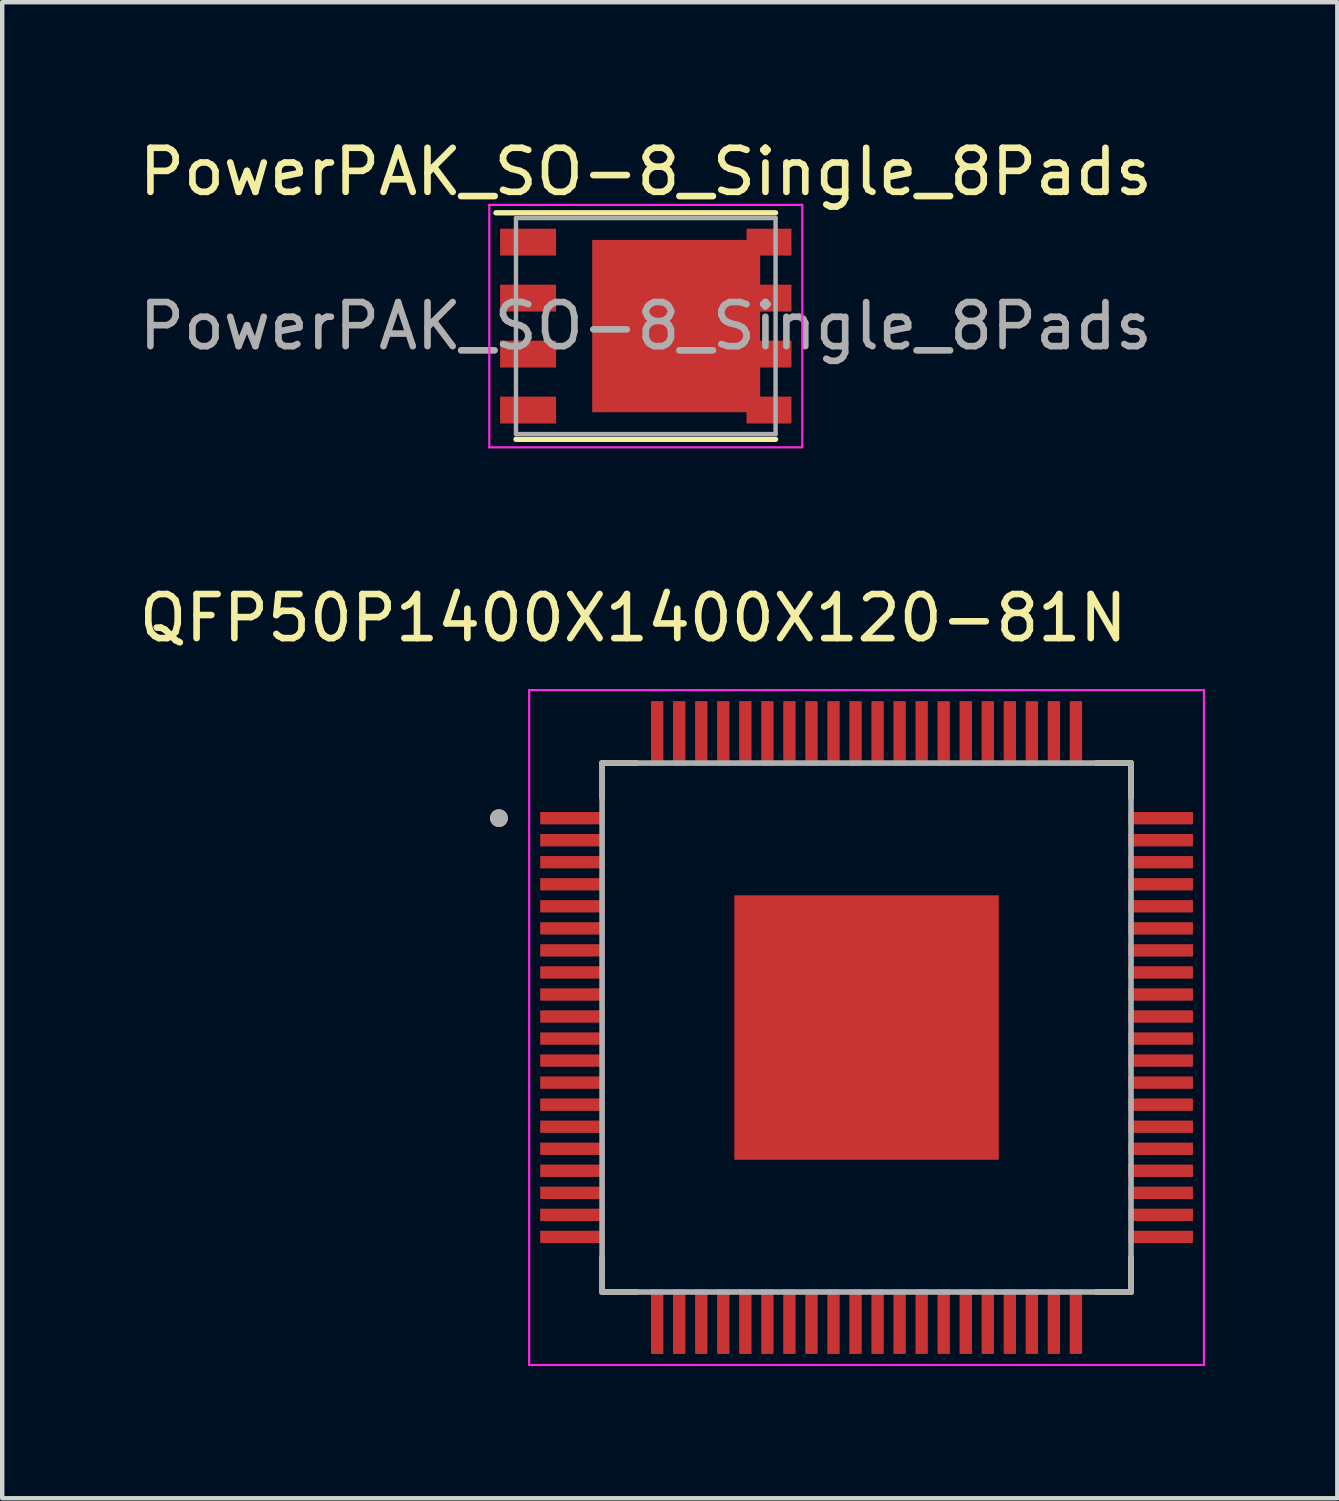
<source format=kicad_pcb>
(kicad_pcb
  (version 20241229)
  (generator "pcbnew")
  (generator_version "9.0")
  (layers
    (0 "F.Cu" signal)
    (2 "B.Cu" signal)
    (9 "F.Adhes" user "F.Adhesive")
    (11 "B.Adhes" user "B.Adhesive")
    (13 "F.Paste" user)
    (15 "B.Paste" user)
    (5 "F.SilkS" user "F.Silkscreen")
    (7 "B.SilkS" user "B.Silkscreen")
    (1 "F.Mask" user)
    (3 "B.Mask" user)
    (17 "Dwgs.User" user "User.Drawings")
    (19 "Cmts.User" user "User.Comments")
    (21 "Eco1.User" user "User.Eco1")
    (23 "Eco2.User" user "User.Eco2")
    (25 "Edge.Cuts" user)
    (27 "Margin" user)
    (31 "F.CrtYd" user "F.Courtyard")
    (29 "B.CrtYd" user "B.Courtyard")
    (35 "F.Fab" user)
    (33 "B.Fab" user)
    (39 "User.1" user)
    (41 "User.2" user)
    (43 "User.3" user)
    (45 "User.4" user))
  (footprint "QFP50P1400X1400X120-81N"
    (layer "F.Cu")
    (at 16.61 20.262)
    (property "Reference" "QFP50P1400X1400X120-81N" (at -5.295 -9.29 0) (layer "F.SilkS") (effects (font (size 1 1) (thickness 0.15))))
    (attr through_hole)
    (fp_line (start -6 -6) (end -6 -5.21) (stroke (width 0.127) (type solid)) (layer "F.SilkS"))
    (fp_line (start -6 -6) (end -5.21 -6) (stroke (width 0.127) (type solid)) (layer "F.SilkS"))
    (fp_line (start -6 6) (end -6 5.21) (stroke (width 0.127) (type solid)) (layer "F.SilkS"))
    (fp_line (start -6 6) (end -5.21 6) (stroke (width 0.127) (type solid)) (layer "F.SilkS"))
    (fp_line (start 6 -6) (end 5.21 -6) (stroke (width 0.127) (type solid)) (layer "F.SilkS"))
    (fp_line (start 6 -6) (end 6 -5.21) (stroke (width 0.127) (type solid)) (layer "F.SilkS"))
    (fp_line (start 6 6) (end 5.21 6) (stroke (width 0.127) (type solid)) (layer "F.SilkS"))
    (fp_line (start 6 6) (end 6 5.21) (stroke (width 0.127) (type solid)) (layer "F.SilkS"))
    (fp_circle (center -8.34 -4.75) (end -8.24 -4.75) (stroke (width 0.2) (type solid)) (fill no) (layer "F.SilkS"))
    (fp_poly (pts (xy -2.45 -2.45) (xy -0.55 -2.45) (xy -0.55 -0.55) (xy -2.45 -0.55)) (stroke (width 0.01) (type solid)) (fill yes) (layer "F.Paste"))
    (fp_poly (pts (xy -2.45 0.55) (xy -0.55 0.55) (xy -0.55 2.45) (xy -2.45 2.45)) (stroke (width 0.01) (type solid)) (fill yes) (layer "F.Paste"))
    (fp_poly (pts (xy 0.55 -2.45) (xy 2.45 -2.45) (xy 2.45 -0.55) (xy 0.55 -0.55)) (stroke (width 0.01) (type solid)) (fill yes) (layer "F.Paste"))
    (fp_poly (pts (xy 0.55 0.55) (xy 2.45 0.55) (xy 2.45 2.45) (xy 0.55 2.45)) (stroke (width 0.01) (type solid)) (fill yes) (layer "F.Paste"))
    (fp_line (start -7.655 -7.655) (end 7.655 -7.655) (stroke (width 0.05) (type solid)) (layer "F.CrtYd"))
    (fp_line (start -7.655 7.655) (end -7.655 -7.655) (stroke (width 0.05) (type solid)) (layer "F.CrtYd"))
    (fp_line (start -7.655 7.655) (end 7.655 7.655) (stroke (width 0.05) (type solid)) (layer "F.CrtYd"))
    (fp_line (start 7.655 7.655) (end 7.655 -7.655) (stroke (width 0.05) (type solid)) (layer "F.CrtYd"))
    (fp_line (start -6 6) (end -6 -6) (stroke (width 0.127) (type solid)) (layer "F.Fab"))
    (fp_line (start 6 -6) (end -6 -6) (stroke (width 0.127) (type solid)) (layer "F.Fab"))
    (fp_line (start 6 6) (end -6 6) (stroke (width 0.127) (type solid)) (layer "F.Fab"))
    (fp_line (start 6 6) (end 6 -6) (stroke (width 0.127) (type solid)) (layer "F.Fab"))
    (fp_circle (center -8.34 -4.75) (end -8.24 -4.75) (stroke (width 0.2) (type solid)) (fill no) (layer "F.Fab"))
    (pad "1" smd roundrect (at -6.67 -4.75) (size 1.47 0.28) (layers "F.Cu" "F.Mask" "F.Paste") (roundrect_rratio 0.04))
    (pad "2" smd roundrect (at -6.67 -4.25) (size 1.47 0.28) (layers "F.Cu" "F.Mask" "F.Paste") (roundrect_rratio 0.04))
    (pad "3" smd roundrect (at -6.67 -3.75) (size 1.47 0.28) (layers "F.Cu" "F.Mask" "F.Paste") (roundrect_rratio 0.04))
    (pad "4" smd roundrect (at -6.67 -3.25) (size 1.47 0.28) (layers "F.Cu" "F.Mask" "F.Paste") (roundrect_rratio 0.04))
    (pad "5" smd roundrect (at -6.67 -2.75) (size 1.47 0.28) (layers "F.Cu" "F.Mask" "F.Paste") (roundrect_rratio 0.04))
    (pad "6" smd roundrect (at -6.67 -2.25) (size 1.47 0.28) (layers "F.Cu" "F.Mask" "F.Paste") (roundrect_rratio 0.04))
    (pad "7" smd roundrect (at -6.67 -1.75) (size 1.47 0.28) (layers "F.Cu" "F.Mask" "F.Paste") (roundrect_rratio 0.04))
    (pad "8" smd roundrect (at -6.67 -1.25) (size 1.47 0.28) (layers "F.Cu" "F.Mask" "F.Paste") (roundrect_rratio 0.04))
    (pad "9" smd roundrect (at -6.67 -0.75) (size 1.47 0.28) (layers "F.Cu" "F.Mask" "F.Paste") (roundrect_rratio 0.04))
    (pad "10" smd roundrect (at -6.67 -0.25) (size 1.47 0.28) (layers "F.Cu" "F.Mask" "F.Paste") (roundrect_rratio 0.04))
    (pad "11" smd roundrect (at -6.67 0.25) (size 1.47 0.28) (layers "F.Cu" "F.Mask" "F.Paste") (roundrect_rratio 0.04))
    (pad "12" smd roundrect (at -6.67 0.75) (size 1.47 0.28) (layers "F.Cu" "F.Mask" "F.Paste") (roundrect_rratio 0.04))
    (pad "13" smd roundrect (at -6.67 1.25) (size 1.47 0.28) (layers "F.Cu" "F.Mask" "F.Paste") (roundrect_rratio 0.04))
    (pad "14" smd roundrect (at -6.67 1.75) (size 1.47 0.28) (layers "F.Cu" "F.Mask" "F.Paste") (roundrect_rratio 0.04))
    (pad "15" smd roundrect (at -6.67 2.25) (size 1.47 0.28) (layers "F.Cu" "F.Mask" "F.Paste") (roundrect_rratio 0.04))
    (pad "16" smd roundrect (at -6.67 2.75) (size 1.47 0.28) (layers "F.Cu" "F.Mask" "F.Paste") (roundrect_rratio 0.04))
    (pad "17" smd roundrect (at -6.67 3.25) (size 1.47 0.28) (layers "F.Cu" "F.Mask" "F.Paste") (roundrect_rratio 0.04))
    (pad "18" smd roundrect (at -6.67 3.75) (size 1.47 0.28) (layers "F.Cu" "F.Mask" "F.Paste") (roundrect_rratio 0.04))
    (pad "19" smd roundrect (at -6.67 4.25) (size 1.47 0.28) (layers "F.Cu" "F.Mask" "F.Paste") (roundrect_rratio 0.04))
    (pad "20" smd roundrect (at -6.67 4.75) (size 1.47 0.28) (layers "F.Cu" "F.Mask" "F.Paste") (roundrect_rratio 0.04))
    (pad "21" smd roundrect (at -4.75 6.67 90) (size 1.47 0.28) (layers "F.Cu" "F.Mask" "F.Paste") (roundrect_rratio 0.04))
    (pad "22" smd roundrect (at -4.25 6.67 90) (size 1.47 0.28) (layers "F.Cu" "F.Mask" "F.Paste") (roundrect_rratio 0.04))
    (pad "23" smd roundrect (at -3.75 6.67 90) (size 1.47 0.28) (layers "F.Cu" "F.Mask" "F.Paste") (roundrect_rratio 0.04))
    (pad "24" smd roundrect (at -3.25 6.67 90) (size 1.47 0.28) (layers "F.Cu" "F.Mask" "F.Paste") (roundrect_rratio 0.04))
    (pad "25" smd roundrect (at -2.75 6.67 90) (size 1.47 0.28) (layers "F.Cu" "F.Mask" "F.Paste") (roundrect_rratio 0.04))
    (pad "26" smd roundrect (at -2.25 6.67 90) (size 1.47 0.28) (layers "F.Cu" "F.Mask" "F.Paste") (roundrect_rratio 0.04))
    (pad "27" smd roundrect (at -1.75 6.67 90) (size 1.47 0.28) (layers "F.Cu" "F.Mask" "F.Paste") (roundrect_rratio 0.04))
    (pad "28" smd roundrect (at -1.25 6.67 90) (size 1.47 0.28) (layers "F.Cu" "F.Mask" "F.Paste") (roundrect_rratio 0.04))
    (pad "29" smd roundrect (at -0.75 6.67 90) (size 1.47 0.28) (layers "F.Cu" "F.Mask" "F.Paste") (roundrect_rratio 0.04))
    (pad "30" smd roundrect (at -0.25 6.67 90) (size 1.47 0.28) (layers "F.Cu" "F.Mask" "F.Paste") (roundrect_rratio 0.04))
    (pad "31" smd roundrect (at 0.25 6.67 90) (size 1.47 0.28) (layers "F.Cu" "F.Mask" "F.Paste") (roundrect_rratio 0.04))
    (pad "32" smd roundrect (at 0.75 6.67 90) (size 1.47 0.28) (layers "F.Cu" "F.Mask" "F.Paste") (roundrect_rratio 0.04))
    (pad "33" smd roundrect (at 1.25 6.67 90) (size 1.47 0.28) (layers "F.Cu" "F.Mask" "F.Paste") (roundrect_rratio 0.04))
    (pad "34" smd roundrect (at 1.75 6.67 90) (size 1.47 0.28) (layers "F.Cu" "F.Mask" "F.Paste") (roundrect_rratio 0.04))
    (pad "35" smd roundrect (at 2.25 6.67 90) (size 1.47 0.28) (layers "F.Cu" "F.Mask" "F.Paste") (roundrect_rratio 0.04))
    (pad "36" smd roundrect (at 2.75 6.67 90) (size 1.47 0.28) (layers "F.Cu" "F.Mask" "F.Paste") (roundrect_rratio 0.04))
    (pad "37" smd roundrect (at 3.25 6.67 90) (size 1.47 0.28) (layers "F.Cu" "F.Mask" "F.Paste") (roundrect_rratio 0.04))
    (pad "38" smd roundrect (at 3.75 6.67 90) (size 1.47 0.28) (layers "F.Cu" "F.Mask" "F.Paste") (roundrect_rratio 0.04))
    (pad "39" smd roundrect (at 4.25 6.67 90) (size 1.47 0.28) (layers "F.Cu" "F.Mask" "F.Paste") (roundrect_rratio 0.04))
    (pad "40" smd roundrect (at 4.75 6.67 90) (size 1.47 0.28) (layers "F.Cu" "F.Mask" "F.Paste") (roundrect_rratio 0.04))
    (pad "41" smd roundrect (at 6.67 4.75) (size 1.47 0.28) (layers "F.Cu" "F.Mask" "F.Paste") (roundrect_rratio 0.04))
    (pad "42" smd roundrect (at 6.67 4.25) (size 1.47 0.28) (layers "F.Cu" "F.Mask" "F.Paste") (roundrect_rratio 0.04))
    (pad "43" smd roundrect (at 6.67 3.75) (size 1.47 0.28) (layers "F.Cu" "F.Mask" "F.Paste") (roundrect_rratio 0.04))
    (pad "44" smd roundrect (at 6.67 3.25) (size 1.47 0.28) (layers "F.Cu" "F.Mask" "F.Paste") (roundrect_rratio 0.04))
    (pad "45" smd roundrect (at 6.67 2.75) (size 1.47 0.28) (layers "F.Cu" "F.Mask" "F.Paste") (roundrect_rratio 0.04))
    (pad "46" smd roundrect (at 6.67 2.25) (size 1.47 0.28) (layers "F.Cu" "F.Mask" "F.Paste") (roundrect_rratio 0.04))
    (pad "47" smd roundrect (at 6.67 1.75) (size 1.47 0.28) (layers "F.Cu" "F.Mask" "F.Paste") (roundrect_rratio 0.04))
    (pad "48" smd roundrect (at 6.67 1.25) (size 1.47 0.28) (layers "F.Cu" "F.Mask" "F.Paste") (roundrect_rratio 0.04))
    (pad "49" smd roundrect (at 6.67 0.75) (size 1.47 0.28) (layers "F.Cu" "F.Mask" "F.Paste") (roundrect_rratio 0.04))
    (pad "50" smd roundrect (at 6.67 0.25) (size 1.47 0.28) (layers "F.Cu" "F.Mask" "F.Paste") (roundrect_rratio 0.04))
    (pad "51" smd roundrect (at 6.67 -0.25) (size 1.47 0.28) (layers "F.Cu" "F.Mask" "F.Paste") (roundrect_rratio 0.04))
    (pad "52" smd roundrect (at 6.67 -0.75) (size 1.47 0.28) (layers "F.Cu" "F.Mask" "F.Paste") (roundrect_rratio 0.04))
    (pad "53" smd roundrect (at 6.67 -1.25) (size 1.47 0.28) (layers "F.Cu" "F.Mask" "F.Paste") (roundrect_rratio 0.04))
    (pad "54" smd roundrect (at 6.67 -1.75) (size 1.47 0.28) (layers "F.Cu" "F.Mask" "F.Paste") (roundrect_rratio 0.04))
    (pad "55" smd roundrect (at 6.67 -2.25) (size 1.47 0.28) (layers "F.Cu" "F.Mask" "F.Paste") (roundrect_rratio 0.04))
    (pad "56" smd roundrect (at 6.67 -2.75) (size 1.47 0.28) (layers "F.Cu" "F.Mask" "F.Paste") (roundrect_rratio 0.04))
    (pad "57" smd roundrect (at 6.67 -3.25) (size 1.47 0.28) (layers "F.Cu" "F.Mask" "F.Paste") (roundrect_rratio 0.04))
    (pad "58" smd roundrect (at 6.67 -3.75) (size 1.47 0.28) (layers "F.Cu" "F.Mask" "F.Paste") (roundrect_rratio 0.04))
    (pad "59" smd roundrect (at 6.67 -4.25) (size 1.47 0.28) (layers "F.Cu" "F.Mask" "F.Paste") (roundrect_rratio 0.04))
    (pad "60" smd roundrect (at 6.67 -4.75) (size 1.47 0.28) (layers "F.Cu" "F.Mask" "F.Paste") (roundrect_rratio 0.04))
    (pad "61" smd roundrect (at 4.75 -6.67 90) (size 1.47 0.28) (layers "F.Cu" "F.Mask" "F.Paste") (roundrect_rratio 0.04))
    (pad "62" smd roundrect (at 4.25 -6.67 90) (size 1.47 0.28) (layers "F.Cu" "F.Mask" "F.Paste") (roundrect_rratio 0.04))
    (pad "63" smd roundrect (at 3.75 -6.67 90) (size 1.47 0.28) (layers "F.Cu" "F.Mask" "F.Paste") (roundrect_rratio 0.04))
    (pad "64" smd roundrect (at 3.25 -6.67 90) (size 1.47 0.28) (layers "F.Cu" "F.Mask" "F.Paste") (roundrect_rratio 0.04))
    (pad "65" smd roundrect (at 2.75 -6.67 90) (size 1.47 0.28) (layers "F.Cu" "F.Mask" "F.Paste") (roundrect_rratio 0.04))
    (pad "66" smd roundrect (at 2.25 -6.67 90) (size 1.47 0.28) (layers "F.Cu" "F.Mask" "F.Paste") (roundrect_rratio 0.04))
    (pad "67" smd roundrect (at 1.75 -6.67 90) (size 1.47 0.28) (layers "F.Cu" "F.Mask" "F.Paste") (roundrect_rratio 0.04))
    (pad "68" smd roundrect (at 1.25 -6.67 90) (size 1.47 0.28) (layers "F.Cu" "F.Mask" "F.Paste") (roundrect_rratio 0.04))
    (pad "69" smd roundrect (at 0.75 -6.67 90) (size 1.47 0.28) (layers "F.Cu" "F.Mask" "F.Paste") (roundrect_rratio 0.04))
    (pad "70" smd roundrect (at 0.25 -6.67 90) (size 1.47 0.28) (layers "F.Cu" "F.Mask" "F.Paste") (roundrect_rratio 0.04))
    (pad "71" smd roundrect (at -0.25 -6.67 90) (size 1.47 0.28) (layers "F.Cu" "F.Mask" "F.Paste") (roundrect_rratio 0.04))
    (pad "72" smd roundrect (at -0.75 -6.67 90) (size 1.47 0.28) (layers "F.Cu" "F.Mask" "F.Paste") (roundrect_rratio 0.04))
    (pad "73" smd roundrect (at -1.25 -6.67 90) (size 1.47 0.28) (layers "F.Cu" "F.Mask" "F.Paste") (roundrect_rratio 0.04))
    (pad "74" smd roundrect (at -1.75 -6.67 90) (size 1.47 0.28) (layers "F.Cu" "F.Mask" "F.Paste") (roundrect_rratio 0.04))
    (pad "75" smd roundrect (at -2.25 -6.67 90) (size 1.47 0.28) (layers "F.Cu" "F.Mask" "F.Paste") (roundrect_rratio 0.04))
    (pad "76" smd roundrect (at -2.75 -6.67 90) (size 1.47 0.28) (layers "F.Cu" "F.Mask" "F.Paste") (roundrect_rratio 0.04))
    (pad "77" smd roundrect (at -3.25 -6.67 90) (size 1.47 0.28) (layers "F.Cu" "F.Mask" "F.Paste") (roundrect_rratio 0.04))
    (pad "78" smd roundrect (at -3.75 -6.67 90) (size 1.47 0.28) (layers "F.Cu" "F.Mask" "F.Paste") (roundrect_rratio 0.04))
    (pad "79" smd roundrect (at -4.25 -6.67 90) (size 1.47 0.28) (layers "F.Cu" "F.Mask" "F.Paste") (roundrect_rratio 0.04))
    (pad "80" smd roundrect (at -4.75 -6.67 90) (size 1.47 0.28) (layers "F.Cu" "F.Mask" "F.Paste") (roundrect_rratio 0.04))
    (pad "81" smd rect (at 0 0) (size 6 6) (layers "F.Cu" "F.Mask")))
  (footprint "PowerPAK_SO-8_Single_8Pads"
    (layer "F.Cu")
    (at 11.601 4.348)
    (property "Reference" "PowerPAK_SO-8_Single_8Pads" (at 0 -3.5 0) (layer "F.SilkS") (effects (font (size 1 1) (thickness 0.15))))
    (attr smd)
    (fp_line (start -3.4 -2.57) (end 2.945 -2.57) (stroke (width 0.12) (type solid)) (layer "F.SilkS"))
    (fp_line (start -2.945 2.57) (end 2.945 2.57) (stroke (width 0.12) (type solid)) (layer "F.SilkS"))
    (fp_line (start -3.55 -2.75) (end -3.55 2.75) (stroke (width 0.05) (type solid)) (layer "F.CrtYd"))
    (fp_line (start -3.55 -2.75) (end 3.55 -2.75) (stroke (width 0.05) (type solid)) (layer "F.CrtYd"))
    (fp_line (start -3.55 2.75) (end 3.55 2.75) (stroke (width 0.05) (type solid)) (layer "F.CrtYd"))
    (fp_line (start 3.55 -2.75) (end 3.55 2.75) (stroke (width 0.05) (type solid)) (layer "F.CrtYd"))
    (fp_line (start -2.945 -2.45) (end 2.945 -2.45) (stroke (width 0.1) (type solid)) (layer "F.Fab"))
    (fp_line (start -2.945 2.45) (end -2.945 -2.45) (stroke (width 0.1) (type solid)) (layer "F.Fab"))
    (fp_line (start 2.945 -2.45) (end 2.945 2.45) (stroke (width 0.1) (type solid)) (layer "F.Fab"))
    (fp_line (start 2.945 2.45) (end -2.945 2.45) (stroke (width 0.1) (type solid)) (layer "F.Fab"))
    (fp_text user "${REFERENCE}" (at 0 0 0) (layer "F.Fab") (effects (font (size 1 1) (thickness 0.15))))
    (pad "1" smd rect (at -2.67 -1.905) (size 1.27 0.61) (layers "F.Cu" "F.Mask" "F.Paste"))
    (pad "2" smd rect (at -2.67 -0.635) (size 1.27 0.61) (layers "F.Cu" "F.Mask" "F.Paste"))
    (pad "3" smd rect (at -2.67 0.635) (size 1.27 0.61) (layers "F.Cu" "F.Mask" "F.Paste"))
    (pad "4" smd rect (at -2.67 1.905) (size 1.27 0.61) (layers "F.Cu" "F.Mask" "F.Paste"))
    (pad "5" smd rect (at 0.69 0) (size 3.81 3.91) (layers "F.Cu" "F.Mask" "F.Paste"))
    (pad "5" smd rect (at 2.795 1.905) (size 1.02 0.61) (layers "F.Cu" "F.Mask" "F.Paste"))
    (pad "6" smd rect (at 2.795 0.635) (size 1.02 0.61) (layers "F.Cu" "F.Mask" "F.Paste"))
    (pad "7" smd rect (at 2.795 -0.635) (size 1.02 0.61) (layers "F.Cu" "F.Mask" "F.Paste"))
    (pad "8" smd rect (at 2.795 -1.905) (size 1.02 0.61) (layers "F.Cu" "F.Mask" "F.Paste")))
  (gr_rect
    (start -3 -3)
    (end 27.29 30.942)
    (stroke (width 0.1) (type default))
    (fill no)
    (layer "Edge.Cuts")))
</source>
